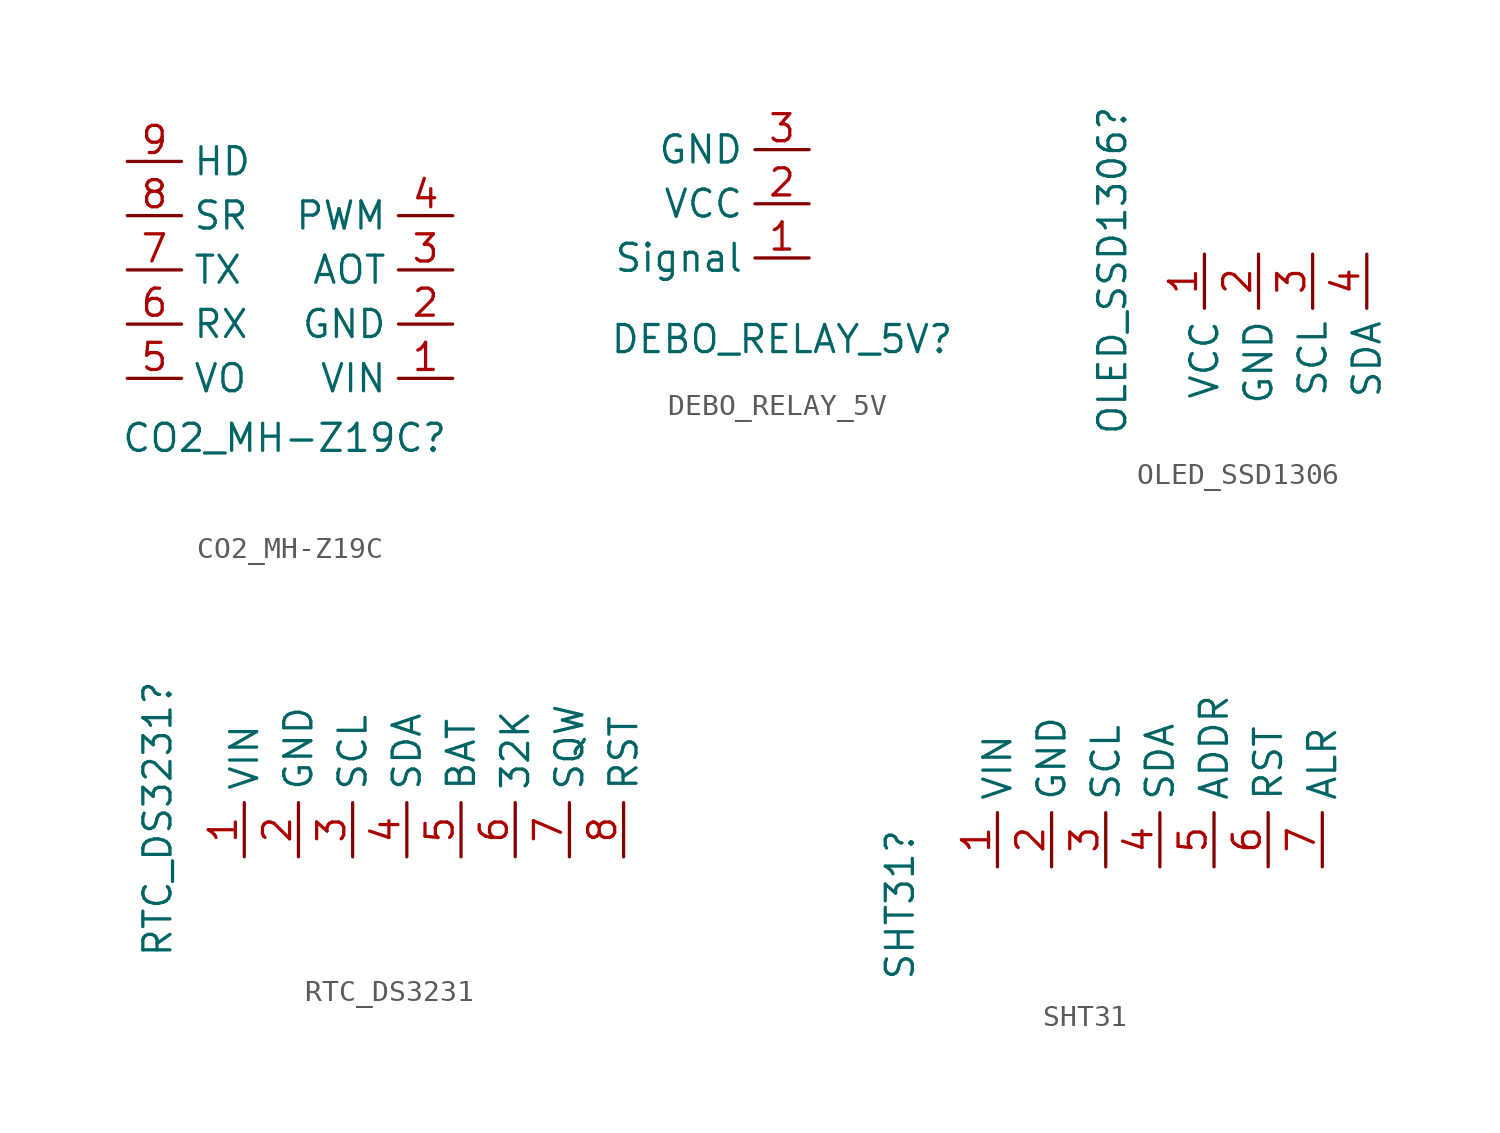
<source format=kicad_sym>
(kicad_symbol_lib
  (version 20231120)
  (generator "kicad_symbol_editor")
  (generator_version "8.0")
  (symbol "CO2_MH-Z19C"
    (property "Reference" "CO2_MH-Z19C"
      (at -0.254 2.286 0)
      (effects (font (size 1.27 1.27))))
    (property "Value" ""
      (at 0 0 0)
      (effects (font (size 1.27 1.27))))
    (symbol "CO2_MH-Z19C_1_1"
      (pin power_in line (at 7.62 5.08 180) (length 2.54) (name "VIN" (effects (font (size 1.27 1.27)))) (number "1" (effects (font (size 1.27 1.27)))))
      (pin power_out line (at 7.62 7.62 180) (length 2.54) (name "GND" (effects (font (size 1.27 1.27)))) (number "2" (effects (font (size 1.27 1.27)))))
      (pin input line (at 7.62 10.16 180) (length 2.54) (name "AOT" (effects (font (size 1.27 1.27)))) (number "3" (effects (font (size 1.27 1.27)))))
      (pin input line (at 7.62 12.7 180) (length 2.54) (name "PWM" (effects (font (size 1.27 1.27)))) (number "4" (effects (font (size 1.27 1.27)))))
      (pin input line (at -7.62 5.08 0) (length 2.54) (name "VO" (effects (font (size 1.27 1.27)))) (number "5" (effects (font (size 1.27 1.27)))))
      (pin input line (at -7.62 7.62 0) (length 2.54) (name "RX" (effects (font (size 1.27 1.27)))) (number "6" (effects (font (size 1.27 1.27)))))
      (pin input line (at -7.62 10.16 0) (length 2.54) (name "TX" (effects (font (size 1.27 1.27)))) (number "7" (effects (font (size 1.27 1.27)))))
      (pin input line (at -7.62 12.7 0) (length 2.54) (name "SR" (effects (font (size 1.27 1.27)))) (number "8" (effects (font (size 1.27 1.27)))))
      (pin input line (at -7.62 15.24 0) (length 2.54) (name "HD" (effects (font (size 1.27 1.27)))) (number "9" (effects (font (size 1.27 1.27)))))))
  (symbol "DEBO_RELAY_5V"
    (property "Reference" "DEBO_RELAY_5V"
      (at 1.27 -1.27 0)
      (effects (font (size 1.27 1.27))))
    (property "Value" ""
      (at 1.27 0 90)
      (effects (font (size 1.27 1.27))))
    (symbol "DEBO_RELAY_5V_1_1"
      (pin input line (at 2.54 2.54 180) (length 2.54) (name "Signal" (effects (font (size 1.27 1.27)))) (number "1" (effects (font (size 1.27 1.27)))))
      (pin power_in line (at 2.54 5.08 180) (length 2.54) (name "VCC" (effects (font (size 1.27 1.27)))) (number "2" (effects (font (size 1.27 1.27)))))
      (pin power_in line (at 2.54 7.62 180) (length 2.54) (name "GND" (effects (font (size 1.27 1.27)))) (number "3" (effects (font (size 1.27 1.27)))))))
  (symbol "OLED_SSD1306"
    (property "Reference" "OLED_SSD1306"
      (at -1.778 1.778 90)
      (effects (font (size 1.27 1.27))))
    (property "Value" ""
      (at 5.08 0 0)
      (effects (font (size 1.27 1.27))))
    (symbol "OLED_SSD1306_1_1"
      (pin power_in line (at 2.54 2.54 270) (length 2.54) (name "VCC" (effects (font (size 1.27 1.27)))) (number "1" (effects (font (size 1.27 1.27)))))
      (pin power_out line (at 5.08 2.54 270) (length 2.54) (name "GND" (effects (font (size 1.27 1.27)))) (number "2" (effects (font (size 1.27 1.27)))))
      (pin input line (at 7.62 2.54 270) (length 2.54) (name "SCL" (effects (font (size 1.27 1.27)))) (number "3" (effects (font (size 1.27 1.27)))))
      (pin input line (at 10.16 2.54 270) (length 2.54) (name "SDA" (effects (font (size 1.27 1.27)))) (number "4" (effects (font (size 1.27 1.27)))))))
  (symbol "RTC_DS3231"
    (property "Reference" "RTC_DS3231"
      (at -1.524 1.778 90)
      (effects (font (size 1.27 1.27))))
    (property "Value" ""
      (at 3.81 2.54 0)
      (effects (font (size 1.27 1.27))))
    (symbol "RTC_DS3231_1_1"
      (pin power_in line (at 2.54 0 90) (length 2.54) (name "VIN" (effects (font (size 1.27 1.27)))) (number "1" (effects (font (size 1.27 1.27)))))
      (pin power_out line (at 5.08 0 90) (length 2.54) (name "GND" (effects (font (size 1.27 1.27)))) (number "2" (effects (font (size 1.27 1.27)))))
      (pin input line (at 7.62 0 90) (length 2.54) (name "SCL" (effects (font (size 1.27 1.27)))) (number "3" (effects (font (size 1.27 1.27)))))
      (pin input line (at 10.16 0 90) (length 2.54) (name "SDA" (effects (font (size 1.27 1.27)))) (number "4" (effects (font (size 1.27 1.27)))))
      (pin input line (at 12.7 0 90) (length 2.54) (name "BAT" (effects (font (size 1.27 1.27)))) (number "5" (effects (font (size 1.27 1.27)))))
      (pin input line (at 15.24 0 90) (length 2.54) (name "32K" (effects (font (size 1.27 1.27)))) (number "6" (effects (font (size 1.27 1.27)))))
      (pin input line (at 17.78 0 90) (length 2.54) (name "SQW" (effects (font (size 1.27 1.27)))) (number "7" (effects (font (size 1.27 1.27)))))
      (pin input line (at 20.32 0 90) (length 2.54) (name "RST" (effects (font (size 1.27 1.27)))) (number "8" (effects (font (size 1.27 1.27)))))))
  (symbol "SHT31"
    (property "Reference" "SHT31"
      (at -2.032 -0.508 90)
      (effects (font (size 1.27 1.27))))
    (property "Value" ""
      (at -5.08 3.81 90)
      (effects (font (size 1.27 1.27))))
    (symbol "SHT31_1_1"
      (pin power_in line (at 2.54 1.27 90) (length 2.54) (name "VIN" (effects (font (size 1.27 1.27)))) (number "1" (effects (font (size 1.27 1.27)))))
      (pin power_out line (at 5.08 1.27 90) (length 2.54) (name "GND" (effects (font (size 1.27 1.27)))) (number "2" (effects (font (size 1.27 1.27)))))
      (pin input line (at 7.62 1.27 90) (length 2.54) (name "SCL" (effects (font (size 1.27 1.27)))) (number "3" (effects (font (size 1.27 1.27)))))
      (pin input line (at 10.16 1.27 90) (length 2.54) (name "SDA" (effects (font (size 1.27 1.27)))) (number "4" (effects (font (size 1.27 1.27)))))
      (pin input line (at 12.7 1.27 90) (length 2.54) (name "ADDR" (effects (font (size 1.27 1.27)))) (number "5" (effects (font (size 1.27 1.27)))))
      (pin input line (at 15.24 1.27 90) (length 2.54) (name "RST" (effects (font (size 1.27 1.27)))) (number "6" (effects (font (size 1.27 1.27)))))
      (pin input line (at 17.78 1.27 90) (length 2.54) (name "ALR" (effects (font (size 1.27 1.27)))) (number "7" (effects (font (size 1.27 1.27))))))))
</source>
